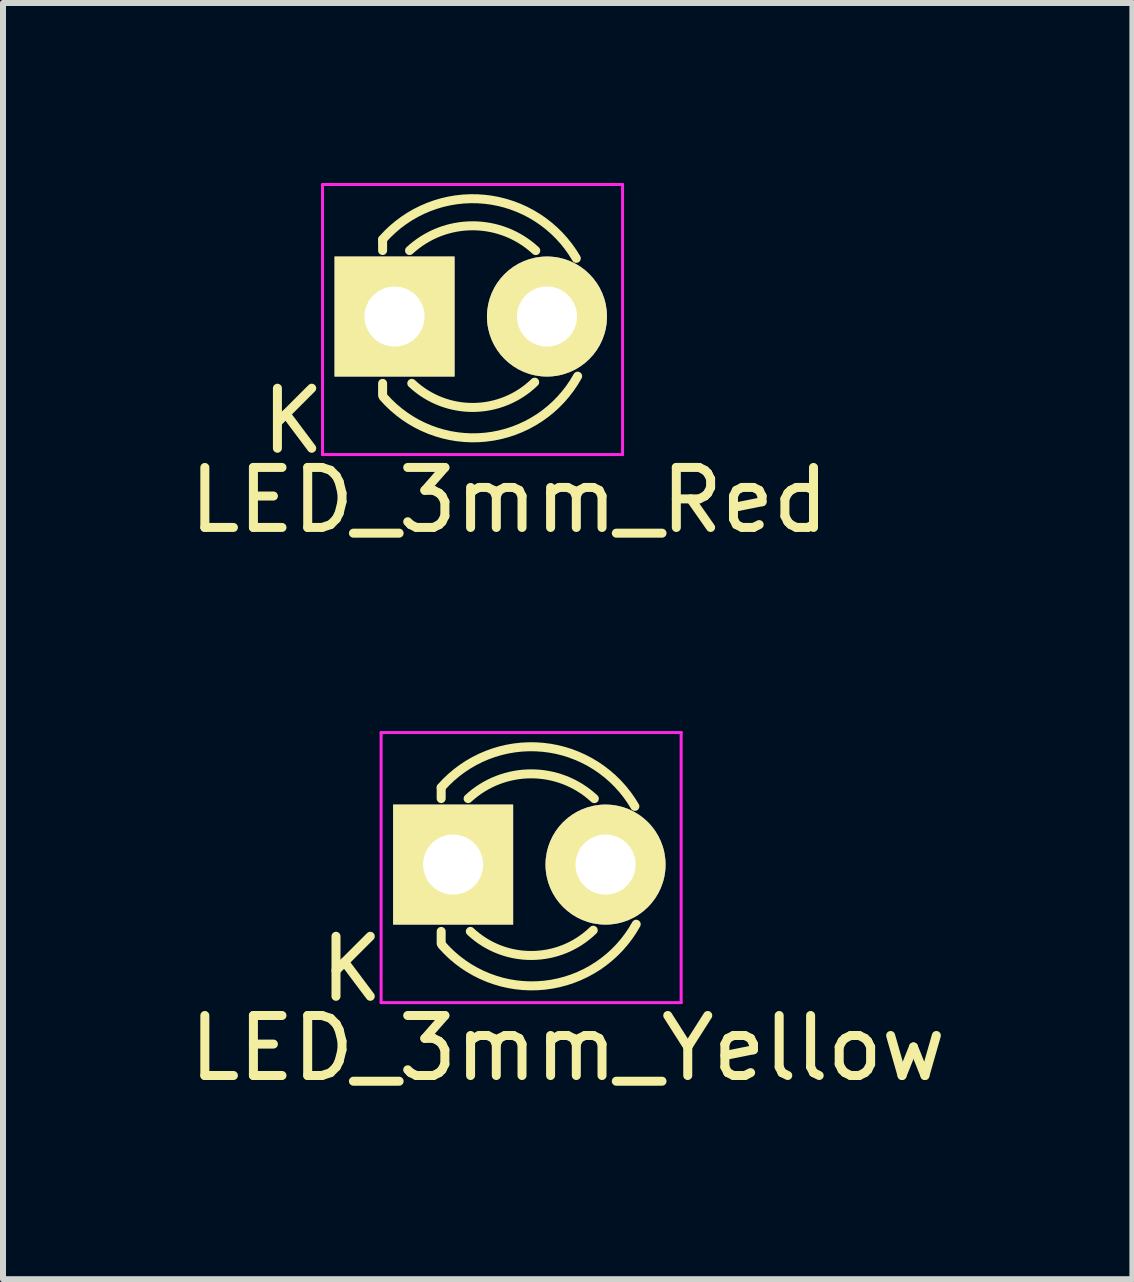
<source format=kicad_pcb>
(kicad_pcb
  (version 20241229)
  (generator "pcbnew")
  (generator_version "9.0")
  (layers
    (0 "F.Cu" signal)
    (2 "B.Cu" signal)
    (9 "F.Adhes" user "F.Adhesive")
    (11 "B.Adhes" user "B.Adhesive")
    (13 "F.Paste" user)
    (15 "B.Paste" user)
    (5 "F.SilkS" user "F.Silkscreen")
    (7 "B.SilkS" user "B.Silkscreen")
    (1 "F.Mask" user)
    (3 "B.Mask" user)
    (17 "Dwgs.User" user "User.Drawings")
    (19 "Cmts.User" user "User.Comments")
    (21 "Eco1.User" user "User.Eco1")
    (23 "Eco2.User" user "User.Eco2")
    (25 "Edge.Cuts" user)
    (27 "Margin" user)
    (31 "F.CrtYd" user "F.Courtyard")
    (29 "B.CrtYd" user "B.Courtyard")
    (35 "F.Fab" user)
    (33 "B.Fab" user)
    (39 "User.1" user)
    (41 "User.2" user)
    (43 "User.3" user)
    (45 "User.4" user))
  (footprint "LED_3mm_Yellow"
    (layer "F.Cu")
    (at 3.231 11.358)
    (property "Reference" "LED_3mm_Yellow" (at 3.18 3.06 0) (layer "F.SilkS") (effects (font (size 1 1) (thickness 0.15))))
    (attr through_hole)
    (fp_line (start 1.071 -1.28) (end 1.071 -1.1) (stroke (width 0.15) (type solid)) (layer "F.SilkS"))
    (fp_line (start 1.071 1.314) (end 1.071 1.114) (stroke (width 0.15) (type solid)) (layer "F.SilkS"))
    (fp_arc (start 1.071 -1.286) (mid 2.765903 -1.954571) (end 4.298744 -0.969643) (stroke (width 0.15) (type solid)) (layer "F.SilkS"))
    (fp_arc (start 1.52 -1.1) (mid 2.571686 -1.512142) (end 3.623005 -1.099067) (stroke (width 0.15) (type solid)) (layer "F.SilkS"))
    (fp_arc (start 3.605 1.094) (mid 2.58492 1.51473) (end 1.557111 1.113252) (stroke (width 0.15) (type solid)) (layer "F.SilkS"))
    (fp_arc (start 4.321 0.994) (mid 2.792637 2.009958) (end 1.08378 1.340726) (stroke (width 0.15) (type solid)) (layer "F.SilkS"))
    (fp_line (start 0.07 -2.2) (end 0.07 2.3) (stroke (width 0.05) (type solid)) (layer "F.CrtYd"))
    (fp_line (start 0.07 2.3) (end 5.07 2.3) (stroke (width 0.05) (type solid)) (layer "F.CrtYd"))
    (fp_line (start 5.07 -2.2) (end 0.07 -2.2) (stroke (width 0.05) (type solid)) (layer "F.CrtYd"))
    (fp_line (start 5.07 2.3) (end 5.07 -2.2) (stroke (width 0.05) (type solid)) (layer "F.CrtYd"))
    (fp_text user "K" (at -0.42 1.74 0) (layer "F.SilkS") (effects (font (size 1 1) (thickness 0.15))))
    (pad "1" thru_hole rect (at 1.27 0 90) (size 2 2) (drill 1.001) (layers "*.Cu" "*.Mask" "F.SilkS"))
    (pad "2" thru_hole circle (at 3.81 0) (size 2 2) (drill 1.001) (layers "*.Cu" "*.Mask" "F.SilkS")))
  (footprint "LED_3mm_Red"
    (layer "F.Cu")
    (at 2.255 2.225)
    (property "Reference" "LED_3mm_Red" (at 3.18 3.06 0) (layer "F.SilkS") (effects (font (size 1 1) (thickness 0.15))))
    (attr through_hole)
    (fp_line (start 1.071 -1.28) (end 1.071 -1.1) (stroke (width 0.15) (type solid)) (layer "F.SilkS"))
    (fp_line (start 1.071 1.314) (end 1.071 1.114) (stroke (width 0.15) (type solid)) (layer "F.SilkS"))
    (fp_arc (start 1.071 -1.286) (mid 2.765903 -1.954571) (end 4.298744 -0.969643) (stroke (width 0.15) (type solid)) (layer "F.SilkS"))
    (fp_arc (start 1.52 -1.1) (mid 2.571686 -1.512142) (end 3.623005 -1.099067) (stroke (width 0.15) (type solid)) (layer "F.SilkS"))
    (fp_arc (start 3.605 1.094) (mid 2.58492 1.51473) (end 1.557111 1.113252) (stroke (width 0.15) (type solid)) (layer "F.SilkS"))
    (fp_arc (start 4.321 0.994) (mid 2.792637 2.009958) (end 1.08378 1.340726) (stroke (width 0.15) (type solid)) (layer "F.SilkS"))
    (fp_line (start 0.07 -2.2) (end 0.07 2.3) (stroke (width 0.05) (type solid)) (layer "F.CrtYd"))
    (fp_line (start 0.07 2.3) (end 5.07 2.3) (stroke (width 0.05) (type solid)) (layer "F.CrtYd"))
    (fp_line (start 5.07 -2.2) (end 0.07 -2.2) (stroke (width 0.05) (type solid)) (layer "F.CrtYd"))
    (fp_line (start 5.07 2.3) (end 5.07 -2.2) (stroke (width 0.05) (type solid)) (layer "F.CrtYd"))
    (fp_text user "K" (at -0.42 1.74 0) (layer "F.SilkS") (effects (font (size 1 1) (thickness 0.15))))
    (pad "1" thru_hole rect (at 1.27 0 90) (size 2 2) (drill 1.001) (layers "*.Cu" "*.Mask" "F.SilkS"))
    (pad "2" thru_hole circle (at 3.81 0) (size 2 2) (drill 1.001) (layers "*.Cu" "*.Mask" "F.SilkS")))
  (gr_rect
    (start -3 -3)
    (end 15.821 18.267)
    (stroke (width 0.1) (type default))
    (fill no)
    (layer "Edge.Cuts")))
</source>
